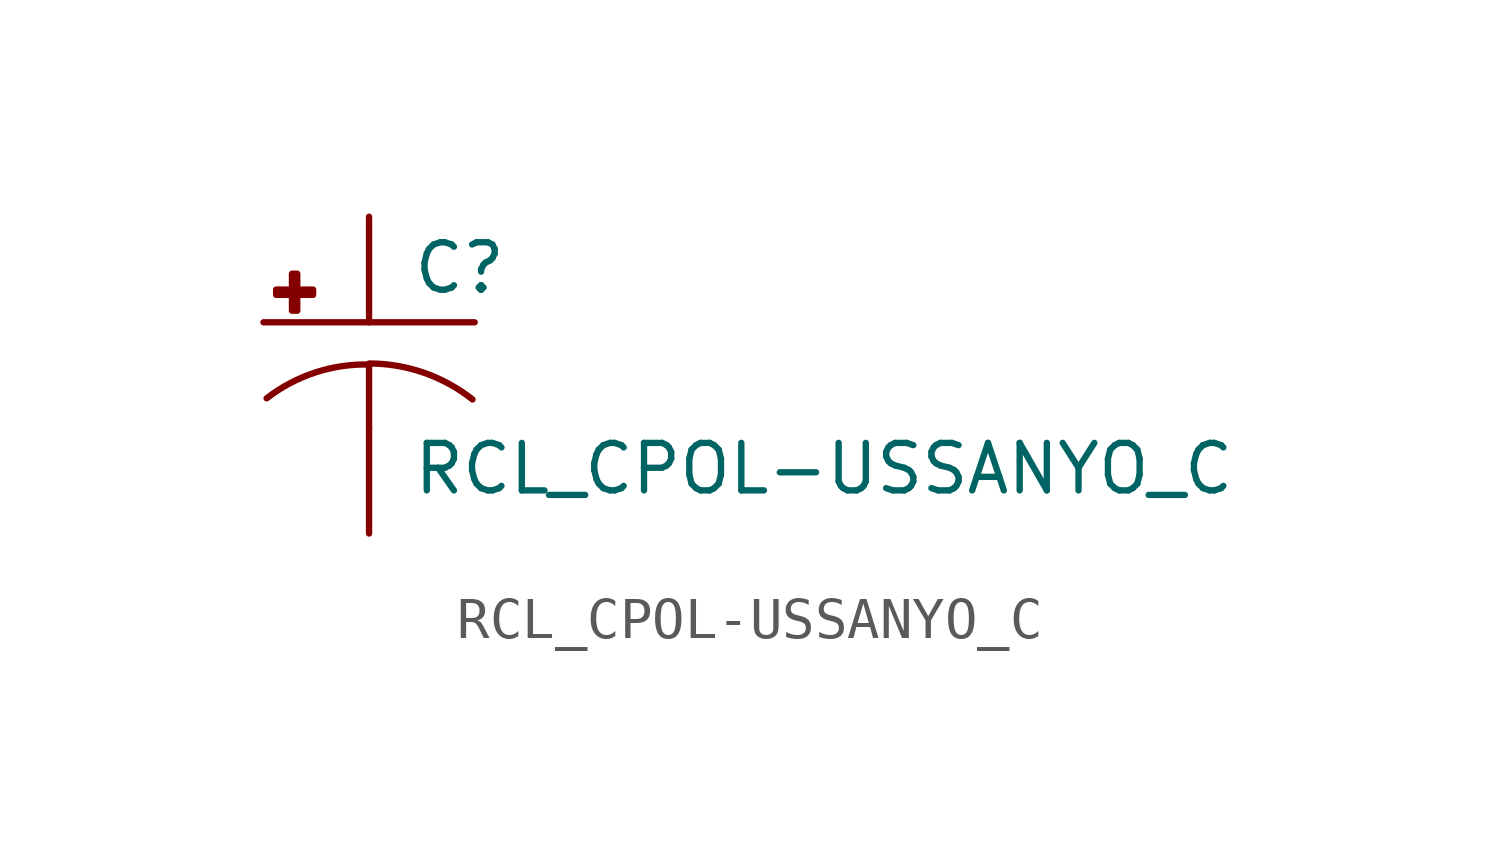
<source format=kicad_sym>
(kicad_symbol_lib
  (version 20210619)
  (generator kicad_symbol_editor)
  (symbol "RCL_CPOL-USSANYO_C"
    (pin_numbers hide)
    (pin_names
      (offset 1.016) hide)
    (property "Reference" "C"
      (at 1.016 0.635 0)
      (effects (font (size 1.143 1.143)) (justify left bottom)))
    (property "Value" "RCL_CPOL-USSANYO_C"
      (at 1.016 -4.191 0)
      (effects (font (size 1.143 1.143)) (justify left bottom)))
    (property "ki_locked" ""
      (at 0 0 0)
      (effects (font (size 1.27 1.27))))
    (symbol "RCL_CPOL-USSANYO_C_1_0"
      (polyline (pts (xy -2.54 0) (xy 2.54 0)) (stroke (width 0)) (fill (type none)))
      (polyline (pts (xy 0 -1.016) (xy 0 -2.54)) (stroke (width 0)) (fill (type none)))
      (polyline (pts (xy 0 -1.016) (xy 0 -1.016)) (stroke (width 0)) (fill (type none))))
    (symbol "RCL_CPOL-USSANYO_C_1_1"
      (arc (start 0 -1.016) (end -2.4638 -1.8288) (radius (at 0 -5.0546) (length 4.0386) (angles 90.1 127.3)) (stroke (width 0)) (fill (type none)))
      (arc (start 2.4892 -1.8542) (end 0 -0.9906) (radius (at 0 -5.0292) (length 4.0386) (angles 52.3 89.9)) (stroke (width 0)) (fill (type none)))
      (rectangle (start -2.235 0.66) (end -1.346 0.787) (stroke (width 0)) (fill (type outline)))
      (rectangle (start -1.854 0.279) (end -1.727 1.168) (stroke (width 0)) (fill (type outline)))
      (pin passive line (at 0 2.54 270) (length 2.54) (name "+" (effects (font (size 1.016 1.016)))) (number "+" (effects (font (size 1.016 1.016)))))
      (pin passive line (at 0 -5.08 90) (length 2.54) (name "-" (effects (font (size 1.016 1.016)))) (number "-" (effects (font (size 1.016 1.016))))))))
</source>
